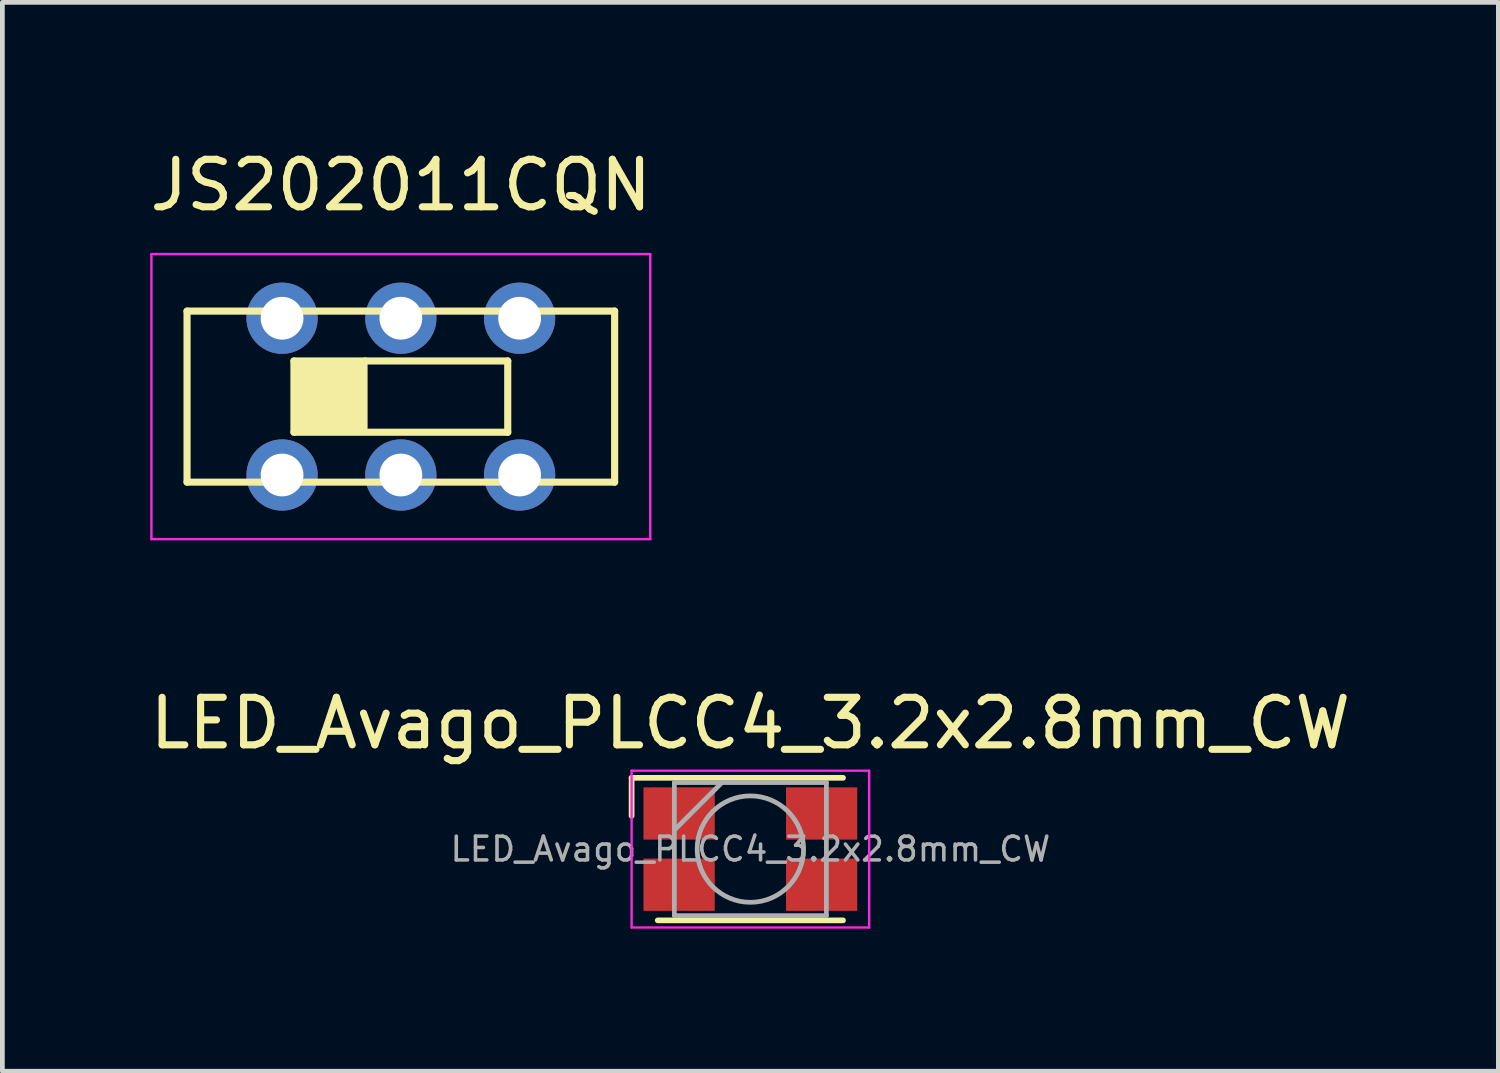
<source format=kicad_pcb>
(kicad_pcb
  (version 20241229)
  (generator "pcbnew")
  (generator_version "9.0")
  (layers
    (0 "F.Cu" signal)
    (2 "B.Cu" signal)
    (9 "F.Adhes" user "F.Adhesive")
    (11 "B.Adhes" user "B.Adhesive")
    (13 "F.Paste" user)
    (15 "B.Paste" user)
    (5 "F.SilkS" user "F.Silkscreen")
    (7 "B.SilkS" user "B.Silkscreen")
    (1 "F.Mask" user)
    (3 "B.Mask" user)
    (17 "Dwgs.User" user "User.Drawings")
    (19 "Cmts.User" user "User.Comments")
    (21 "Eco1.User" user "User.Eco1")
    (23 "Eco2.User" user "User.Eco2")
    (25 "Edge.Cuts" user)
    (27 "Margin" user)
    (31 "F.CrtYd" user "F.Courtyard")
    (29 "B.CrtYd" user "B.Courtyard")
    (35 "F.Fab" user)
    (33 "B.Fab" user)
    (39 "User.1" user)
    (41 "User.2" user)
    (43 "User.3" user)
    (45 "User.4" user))
  (footprint "JS202011CQN"
    (layer "F.Cu")
    (at 5.387 5.298)
    (property "Reference" "JS202011CQN" (at 0 -4.45 0) (layer "F.SilkS") (effects (font (size 1 1) (thickness 0.15))))
    (attr through_hole)
    (fp_line (start -4.5 -1.8) (end -4.5 1.8) (stroke (width 0.15) (type solid)) (layer "F.SilkS"))
    (fp_line (start -4.5 1.8) (end 4.5 1.8) (stroke (width 0.15) (type solid)) (layer "F.SilkS"))
    (fp_line (start -2.25 -0.75) (end -0.75 -0.75) (stroke (width 0.15) (type solid)) (layer "F.SilkS"))
    (fp_line (start -2.25 0.75) (end -2.25 -0.75) (stroke (width 0.15) (type solid)) (layer "F.SilkS"))
    (fp_line (start -0.75 -0.75) (end 2.25 -0.75) (stroke (width 0.15) (type solid)) (layer "F.SilkS"))
    (fp_line (start 2.25 -0.75) (end 2.25 0.75) (stroke (width 0.15) (type solid)) (layer "F.SilkS"))
    (fp_line (start 2.25 0.75) (end -2.25 0.75) (stroke (width 0.15) (type solid)) (layer "F.SilkS"))
    (fp_line (start 4.5 -1.8) (end -4.5 -1.8) (stroke (width 0.15) (type solid)) (layer "F.SilkS"))
    (fp_line (start 4.5 1.8) (end 4.5 -1.8) (stroke (width 0.15) (type solid)) (layer "F.SilkS"))
    (fp_poly (pts (xy -0.75 0.75) (xy -2.25 0.75) (xy -2.25 -0.75) (xy -0.75 -0.75)) (stroke (width 0.1) (type solid)) (fill yes) (layer "F.SilkS"))
    (fp_line (start -5.25 -3) (end 5.25 -3) (stroke (width 0.05) (type solid)) (layer "F.CrtYd"))
    (fp_line (start -5.25 3) (end -5.25 -3) (stroke (width 0.05) (type solid)) (layer "F.CrtYd"))
    (fp_line (start 5.25 -3) (end 5.25 3) (stroke (width 0.05) (type solid)) (layer "F.CrtYd"))
    (fp_line (start 5.25 3) (end -5.25 3) (stroke (width 0.05) (type solid)) (layer "F.CrtYd"))
    (pad "1" thru_hole circle (at -2.5 1.65) (size 1.5 1.5) (drill 0.9) (layers "*.Cu" "*.Mask"))
    (pad "2" thru_hole circle (at 0 1.65) (size 1.5 1.5) (drill 0.9) (layers "*.Cu" "*.Mask"))
    (pad "3" thru_hole circle (at 2.5 1.65) (size 1.5 1.5) (drill 0.9) (layers "*.Cu" "*.Mask"))
    (pad "4" thru_hole circle (at -2.5 -1.65) (size 1.5 1.5) (drill 0.9) (layers "*.Cu" "*.Mask"))
    (pad "5" thru_hole circle (at 0 -1.65) (size 1.5 1.5) (drill 0.9) (layers "*.Cu" "*.Mask"))
    (pad "6" thru_hole circle (at 2.5 -1.65) (size 1.5 1.5) (drill 0.9) (layers "*.Cu" "*.Mask")))
  (footprint "LED_Avago_PLCC4_3.2x2.8mm_CW"
    (layer "F.Cu")
    (at 12.744 14.822)
    (property "Reference" "LED_Avago_PLCC4_3.2x2.8mm_CW" (at 0 -2.65 0) (layer "F.SilkS") (effects (font (size 1 1) (thickness 0.15))))
    (attr smd)
    (fp_line (start -2.5 -1.5) (end 1.95 -1.5) (stroke (width 0.12) (type solid)) (layer "F.SilkS"))
    (fp_line (start -2.5 -0.7) (end -2.5 -1.5) (stroke (width 0.12) (type solid)) (layer "F.SilkS"))
    (fp_line (start -1.95 1.5) (end 1.95 1.5) (stroke (width 0.12) (type solid)) (layer "F.SilkS"))
    (fp_line (start -2.5 -1.65) (end -2.5 1.65) (stroke (width 0.05) (type solid)) (layer "F.CrtYd"))
    (fp_line (start -2.5 -1.65) (end 2.5 -1.65) (stroke (width 0.05) (type solid)) (layer "F.CrtYd"))
    (fp_line (start 2.5 1.65) (end -2.5 1.65) (stroke (width 0.05) (type solid)) (layer "F.CrtYd"))
    (fp_line (start 2.5 1.65) (end 2.5 -1.65) (stroke (width 0.05) (type solid)) (layer "F.CrtYd"))
    (fp_line (start -1.6 -1.4) (end -1.6 1.4) (stroke (width 0.1) (type solid)) (layer "F.Fab"))
    (fp_line (start -1.6 1.4) (end 1.6 1.4) (stroke (width 0.1) (type solid)) (layer "F.Fab"))
    (fp_line (start -0.6 -1.4) (end -1.6 -0.4) (stroke (width 0.1) (type solid)) (layer "F.Fab"))
    (fp_line (start 1.6 -1.4) (end -1.6 -1.4) (stroke (width 0.1) (type solid)) (layer "F.Fab"))
    (fp_line (start 1.6 1.4) (end 1.6 -1.4) (stroke (width 0.1) (type solid)) (layer "F.Fab"))
    (fp_circle (center 0 0) (end 1.12 0) (stroke (width 0.1) (type solid)) (fill no) (layer "F.Fab"))
    (fp_text user "${REFERENCE}" (at 0 0 0) (layer "F.Fab") (effects (font (size 0.5 0.5) (thickness 0.075))))
    (pad "1" smd rect (at -1.5 -0.75) (size 1.5 1.1) (layers "F.Cu" "F.Mask" "F.Paste"))
    (pad "2" smd rect (at 1.5 -0.75) (size 1.5 1.1) (layers "F.Cu" "F.Mask" "F.Paste"))
    (pad "3" smd rect (at 1.5 0.75) (size 1.5 1.1) (layers "F.Cu" "F.Mask" "F.Paste"))
    (pad "4" smd rect (at -1.5 0.75) (size 1.5 1.1) (layers "F.Cu" "F.Mask" "F.Paste")))
  (gr_rect
    (start -3 -3)
    (end 28.488 19.497)
    (stroke (width 0.1) (type default))
    (fill no)
    (layer "Edge.Cuts")))
</source>
